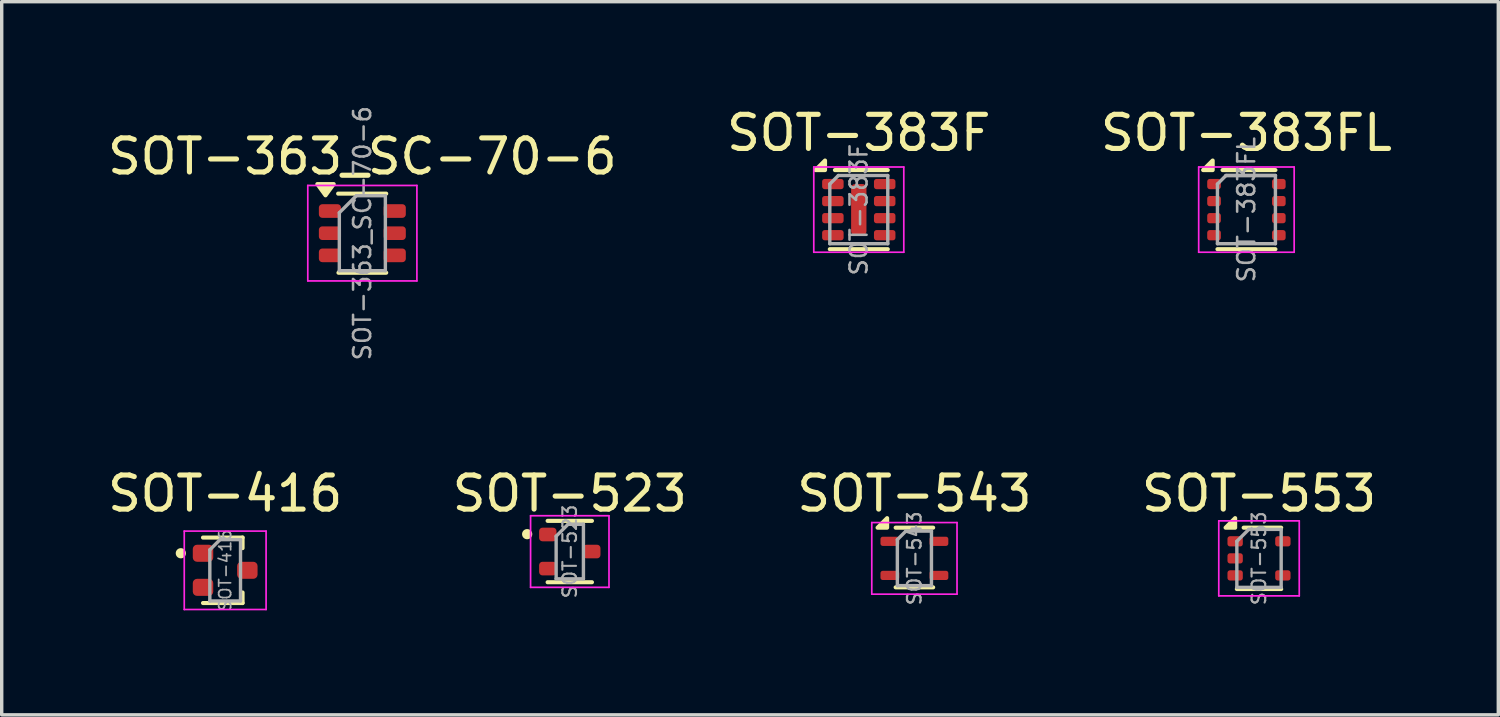
<source format=kicad_pcb>
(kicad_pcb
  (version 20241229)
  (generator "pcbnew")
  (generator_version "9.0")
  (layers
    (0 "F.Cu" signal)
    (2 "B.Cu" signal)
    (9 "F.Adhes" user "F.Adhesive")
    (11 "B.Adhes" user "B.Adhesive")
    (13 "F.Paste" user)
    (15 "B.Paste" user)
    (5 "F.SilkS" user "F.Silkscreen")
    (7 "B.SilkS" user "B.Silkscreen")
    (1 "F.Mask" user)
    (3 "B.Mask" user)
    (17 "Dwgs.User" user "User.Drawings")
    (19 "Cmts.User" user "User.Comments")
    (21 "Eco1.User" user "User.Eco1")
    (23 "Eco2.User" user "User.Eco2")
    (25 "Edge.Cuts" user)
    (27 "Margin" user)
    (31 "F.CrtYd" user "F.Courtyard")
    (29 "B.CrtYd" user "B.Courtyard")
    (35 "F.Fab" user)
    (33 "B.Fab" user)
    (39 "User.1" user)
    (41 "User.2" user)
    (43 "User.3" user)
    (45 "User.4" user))
  (footprint "SOT-416"
    (layer "F.Cu")
    (at 3.554 13.676)
    (property "Reference" "SOT-416" (at 0 -2.25 0) (layer "F.SilkS") (effects (font (size 1 1) (thickness 0.15))))
    (attr smd)
    (fp_line (start 0.51 -0.96) (end -0.65 -0.96) (stroke (width 0.12) (type solid)) (layer "F.SilkS"))
    (fp_line (start 0.51 -0.96) (end 0.51 -0.65) (stroke (width 0.12) (type solid)) (layer "F.SilkS"))
    (fp_line (start 0.51 0.96) (end -0.65 0.96) (stroke (width 0.12) (type solid)) (layer "F.SilkS"))
    (fp_line (start 0.51 0.96) (end 0.51 0.65) (stroke (width 0.12) (type solid)) (layer "F.SilkS"))
    (fp_circle (center -1.3 -0.5) (end -1.15 -0.5) (stroke (width 0) (type solid)) (fill yes) (layer "F.SilkS"))
    (fp_line (start -1.2 -1.15) (end 1.2 -1.15) (stroke (width 0.05) (type solid)) (layer "F.CrtYd"))
    (fp_line (start -1.2 1.15) (end -1.2 -1.15) (stroke (width 0.05) (type solid)) (layer "F.CrtYd"))
    (fp_line (start 1.2 -1.15) (end 1.2 1.15) (stroke (width 0.05) (type solid)) (layer "F.CrtYd"))
    (fp_line (start 1.2 1.15) (end -1.2 1.15) (stroke (width 0.05) (type solid)) (layer "F.CrtYd"))
    (fp_line (start -0.45 -0.6) (end -0.45 0.9) (stroke (width 0.1) (type solid)) (layer "F.Fab"))
    (fp_line (start -0.45 0.9) (end 0.45 0.9) (stroke (width 0.1) (type solid)) (layer "F.Fab"))
    (fp_line (start -0.15 -0.9) (end -0.45 -0.6) (stroke (width 0.1) (type solid)) (layer "F.Fab"))
    (fp_line (start -0.15 -0.9) (end 0.45 -0.9) (stroke (width 0.1) (type solid)) (layer "F.Fab"))
    (fp_line (start 0.45 -0.9) (end 0.45 0.9) (stroke (width 0.1) (type solid)) (layer "F.Fab"))
    (fp_text user "${REFERENCE}" (at 0 0 90) (layer "F.Fab") (effects (font (size 0.35 0.35) (thickness 0.05))))
    (pad "1" smd roundrect (at -0.65 -0.5) (size 0.6 0.5) (layers "F.Cu" "F.Mask" "F.Paste") (roundrect_rratio 0.25))
    (pad "2" smd roundrect (at -0.65 0.5) (size 0.6 0.5) (layers "F.Cu" "F.Mask" "F.Paste") (roundrect_rratio 0.25))
    (pad "3" smd roundrect (at 0.65 0) (size 0.6 0.5) (layers "F.Cu" "F.Mask" "F.Paste") (roundrect_rratio 0.25)))
  (footprint "SOT-543"
    (layer "F.Cu")
    (at 23.768 13.326)
    (property "Reference" "SOT-543" (at 0 -1.9 0) (layer "F.SilkS") (effects (font (size 1 1) (thickness 0.15))))
    (attr smd)
    (fp_line (start 0.55 -0.9) (end -0.55 -0.9) (stroke (width 0.12) (type solid)) (layer "F.SilkS"))
    (fp_line (start 0.55 0.85) (end -0.55 0.85) (stroke (width 0.12) (type solid)) (layer "F.SilkS"))
    (fp_poly (pts (xy -0.8 -0.9) (xy -1.08 -0.9) (xy -0.8 -1.18) (xy -0.8 -0.9)) (stroke (width 0.12) (type solid)) (fill yes) (layer "F.SilkS"))
    (fp_line (start -1.25 1.05) (end -1.25 -1.05) (stroke (width 0.05) (type solid)) (layer "F.CrtYd"))
    (fp_line (start -1.25 1.05) (end 1.25 1.05) (stroke (width 0.05) (type solid)) (layer "F.CrtYd"))
    (fp_line (start 1.25 -1.05) (end -1.25 -1.05) (stroke (width 0.05) (type solid)) (layer "F.CrtYd"))
    (fp_line (start 1.25 -1.05) (end 1.25 1.05) (stroke (width 0.05) (type solid)) (layer "F.CrtYd"))
    (fp_line (start -0.5 -0.55) (end -0.5 0.8) (stroke (width 0.1) (type solid)) (layer "F.Fab"))
    (fp_line (start -0.5 0.8) (end 0.5 0.8) (stroke (width 0.1) (type solid)) (layer "F.Fab"))
    (fp_line (start -0.25 -0.8) (end -0.5 -0.55) (stroke (width 0.1) (type solid)) (layer "F.Fab"))
    (fp_line (start 0.5 -0.8) (end -0.25 -0.8) (stroke (width 0.1) (type solid)) (layer "F.Fab"))
    (fp_line (start 0.5 0.8) (end 0.5 -0.8) (stroke (width 0.1) (type solid)) (layer "F.Fab"))
    (fp_text user "${REFERENCE}" (at 0 0 90) (layer "F.Fab") (effects (font (size 0.4 0.4) (thickness 0.065))))
    (pad "1" smd roundrect (at -0.72 -0.5 270) (size 0.27 0.55) (layers "F.Cu" "F.Mask" "F.Paste") (roundrect_rratio 0.25))
    (pad "2" smd roundrect (at -0.72 0.5 270) (size 0.27 0.55) (layers "F.Cu" "F.Mask" "F.Paste") (roundrect_rratio 0.25))
    (pad "3" smd roundrect (at 0.72 0.5 270) (size 0.27 0.55) (layers "F.Cu" "F.Mask" "F.Paste") (roundrect_rratio 0.25))
    (pad "4" smd roundrect (at 0.72 -0.5 270) (size 0.27 0.55) (layers "F.Cu" "F.Mask" "F.Paste") (roundrect_rratio 0.25)))
  (footprint "SOT-363_SC-70-6"
    (layer "F.Cu")
    (at 7.577 3.789)
    (property "Reference" "SOT-363_SC-70-6" (at 0 -2.25 0) (layer "F.SilkS") (effects (font (size 1 1) (thickness 0.15))))
    (attr smd)
    (fp_line (start -0.71 -1.16) (end 0.7 -1.16) (stroke (width 0.12) (type solid)) (layer "F.SilkS"))
    (fp_line (start -0.7 1.16) (end 0.7 1.16) (stroke (width 0.12) (type solid)) (layer "F.SilkS"))
    (fp_poly (pts (xy -1.08 -1.11) (xy -1.32 -1.44) (xy -0.84 -1.44) (xy -1.08 -1.11)) (stroke (width 0.12) (type solid)) (fill yes) (layer "F.SilkS"))
    (fp_line (start -1.6 -1.4) (end -1.6 1.4) (stroke (width 0.05) (type solid)) (layer "F.CrtYd"))
    (fp_line (start -1.6 -1.4) (end 1.6 -1.4) (stroke (width 0.05) (type solid)) (layer "F.CrtYd"))
    (fp_line (start -1.6 1.4) (end 1.6 1.4) (stroke (width 0.05) (type solid)) (layer "F.CrtYd"))
    (fp_line (start 1.6 1.4) (end 1.6 -1.4) (stroke (width 0.05) (type solid)) (layer "F.CrtYd"))
    (fp_line (start -0.675 -0.6) (end -0.675 1.1) (stroke (width 0.1) (type solid)) (layer "F.Fab"))
    (fp_line (start -0.175 -1.1) (end -0.675 -0.6) (stroke (width 0.1) (type solid)) (layer "F.Fab"))
    (fp_line (start 0.675 -1.1) (end -0.175 -1.1) (stroke (width 0.1) (type solid)) (layer "F.Fab"))
    (fp_line (start 0.675 -1.1) (end 0.675 1.1) (stroke (width 0.1) (type solid)) (layer "F.Fab"))
    (fp_line (start 0.675 1.1) (end -0.675 1.1) (stroke (width 0.1) (type solid)) (layer "F.Fab"))
    (fp_text user "${REFERENCE}" (at 0 0 90) (layer "F.Fab") (effects (font (size 0.5 0.5) (thickness 0.075))))
    (pad "1" smd roundrect (at -0.95 -0.65) (size 0.65 0.4) (layers "F.Cu" "F.Mask" "F.Paste") (roundrect_rratio 0.25))
    (pad "2" smd roundrect (at -0.95 0) (size 0.65 0.4) (layers "F.Cu" "F.Mask" "F.Paste") (roundrect_rratio 0.25))
    (pad "3" smd roundrect (at -0.95 0.65) (size 0.65 0.4) (layers "F.Cu" "F.Mask" "F.Paste") (roundrect_rratio 0.25))
    (pad "4" smd roundrect (at 0.95 0.65) (size 0.65 0.4) (layers "F.Cu" "F.Mask" "F.Paste") (roundrect_rratio 0.25))
    (pad "5" smd roundrect (at 0.95 0) (size 0.65 0.4) (layers "F.Cu" "F.Mask" "F.Paste") (roundrect_rratio 0.25))
    (pad "6" smd roundrect (at 0.95 -0.65) (size 0.65 0.4) (layers "F.Cu" "F.Mask" "F.Paste") (roundrect_rratio 0.25)))
  (footprint "SOT-383F"
    (layer "F.Cu")
    (at 22.137 3.098)
    (property "Reference" "SOT-383F" (at 0 -2.25 0) (layer "F.SilkS") (effects (font (size 1 1) (thickness 0.15))))
    (attr smd)
    (fp_line (start -0.85 1.16) (end 0.85 1.16) (stroke (width 0.12) (type solid)) (layer "F.SilkS"))
    (fp_line (start 0.85 -1.16) (end -0.7 -1.16) (stroke (width 0.12) (type solid)) (layer "F.SilkS"))
    (fp_poly (pts (xy -0.99 -1.16) (xy -1.27 -1.16) (xy -0.99 -1.44) (xy -0.99 -1.16)) (stroke (width 0.12) (type solid)) (fill yes) (layer "F.SilkS"))
    (fp_line (start -1.32 -1.25) (end -1.32 1.25) (stroke (width 0.05) (type solid)) (layer "F.CrtYd"))
    (fp_line (start -1.32 -1.25) (end 1.32 -1.25) (stroke (width 0.05) (type solid)) (layer "F.CrtYd"))
    (fp_line (start 1.32 1.25) (end -1.32 1.25) (stroke (width 0.05) (type solid)) (layer "F.CrtYd"))
    (fp_line (start 1.32 1.25) (end 1.32 -1.25) (stroke (width 0.05) (type solid)) (layer "F.CrtYd"))
    (fp_line (start -0.85 -0.75) (end -0.85 1) (stroke (width 0.1) (type solid)) (layer "F.Fab"))
    (fp_line (start -0.85 -0.75) (end -0.6 -1) (stroke (width 0.1) (type solid)) (layer "F.Fab"))
    (fp_line (start -0.85 1) (end 0.85 1) (stroke (width 0.1) (type solid)) (layer "F.Fab"))
    (fp_line (start -0.6 -1) (end 0.85 -1) (stroke (width 0.1) (type solid)) (layer "F.Fab"))
    (fp_line (start 0.85 1) (end 0.85 -1) (stroke (width 0.1) (type solid)) (layer "F.Fab"))
    (fp_text user "${REFERENCE}" (at 0 0 90) (layer "F.Fab") (effects (font (size 0.5 0.5) (thickness 0.075))))
    (pad "1" smd roundrect (at -0.76 -0.75) (size 0.63 0.3) (layers "F.Cu" "F.Mask" "F.Paste") (roundrect_rratio 0.25))
    (pad "2" smd roundrect (at -0.76 -0.25) (size 0.63 0.3) (layers "F.Cu" "F.Mask" "F.Paste") (roundrect_rratio 0.25))
    (pad "3" smd roundrect (at -0.76 0.25) (size 0.63 0.3) (layers "F.Cu" "F.Mask" "F.Paste") (roundrect_rratio 0.25))
    (pad "4" smd roundrect (at -0.76 0.75) (size 0.63 0.3) (layers "F.Cu" "F.Mask" "F.Paste") (roundrect_rratio 0.25))
    (pad "5" smd roundrect (at 0.76 0.75) (size 0.63 0.3) (layers "F.Cu" "F.Mask" "F.Paste") (roundrect_rratio 0.25))
    (pad "6" smd roundrect (at 0.76 0.25) (size 0.63 0.3) (layers "F.Cu" "F.Mask" "F.Paste") (roundrect_rratio 0.25))
    (pad "7" smd roundrect (at 0.76 -0.25) (size 0.63 0.3) (layers "F.Cu" "F.Mask" "F.Paste") (roundrect_rratio 0.25))
    (pad "8" smd roundrect (at 0.76 -0.75) (size 0.63 0.3) (layers "F.Cu" "F.Mask" "F.Paste") (roundrect_rratio 0.25))
    (pad "9" smd roundrect (at 0 0) (size 0.45 1.5) (layers "F.Cu" "F.Mask" "F.Paste") (roundrect_rratio 0.25)))
  (footprint "SOT-553"
    (layer "F.Cu")
    (at 33.875 13.326)
    (property "Reference" "SOT-553" (at 0 -1.9 0) (layer "F.SilkS") (effects (font (size 1 1) (thickness 0.15))))
    (attr smd)
    (fp_line (start 0.65 -0.9) (end -0.45 -0.9) (stroke (width 0.12) (type solid)) (layer "F.SilkS"))
    (fp_line (start 0.65 0.9) (end -0.65 0.9) (stroke (width 0.12) (type solid)) (layer "F.SilkS"))
    (fp_poly (pts (xy -0.7 -0.9) (xy -0.98 -0.9) (xy -0.7 -1.18) (xy -0.7 -0.9)) (stroke (width 0.12) (type solid)) (fill yes) (layer "F.SilkS"))
    (fp_line (start -1.18 -1.1) (end -1.18 1.1) (stroke (width 0.05) (type solid)) (layer "F.CrtYd"))
    (fp_line (start -1.18 -1.1) (end 1.18 -1.1) (stroke (width 0.05) (type solid)) (layer "F.CrtYd"))
    (fp_line (start 1.18 1.1) (end -1.18 1.1) (stroke (width 0.05) (type solid)) (layer "F.CrtYd"))
    (fp_line (start 1.18 1.1) (end 1.18 -1.1) (stroke (width 0.05) (type solid)) (layer "F.CrtYd"))
    (fp_line (start -0.65 -0.5) (end -0.65 0.85) (stroke (width 0.1) (type solid)) (layer "F.Fab"))
    (fp_line (start -0.65 -0.5) (end -0.3 -0.85) (stroke (width 0.1) (type solid)) (layer "F.Fab"))
    (fp_line (start -0.65 0.85) (end 0.65 0.85) (stroke (width 0.1) (type solid)) (layer "F.Fab"))
    (fp_line (start 0.65 -0.85) (end -0.3 -0.85) (stroke (width 0.1) (type solid)) (layer "F.Fab"))
    (fp_line (start 0.65 0.85) (end 0.65 -0.85) (stroke (width 0.1) (type solid)) (layer "F.Fab"))
    (fp_text user "${REFERENCE}" (at 0 0 90) (layer "F.Fab") (effects (font (size 0.4 0.4) (thickness 0.062))))
    (pad "1" smd roundrect (at -0.7 -0.5) (size 0.45 0.3) (layers "F.Cu" "F.Mask" "F.Paste") (roundrect_rratio 0.25))
    (pad "2" smd roundrect (at -0.7 0) (size 0.45 0.3) (layers "F.Cu" "F.Mask" "F.Paste") (roundrect_rratio 0.25))
    (pad "3" smd roundrect (at -0.7 0.5) (size 0.45 0.3) (layers "F.Cu" "F.Mask" "F.Paste") (roundrect_rratio 0.25))
    (pad "4" smd roundrect (at 0.7 0.5) (size 0.45 0.3) (layers "F.Cu" "F.Mask" "F.Paste") (roundrect_rratio 0.25))
    (pad "5" smd roundrect (at 0.7 -0.5) (size 0.45 0.3) (layers "F.Cu" "F.Mask" "F.Paste") (roundrect_rratio 0.25)))
  (footprint "SOT-383FL"
    (layer "F.Cu")
    (at 33.506 3.098)
    (property "Reference" "SOT-383FL" (at 0 -2.25 0) (layer "F.SilkS") (effects (font (size 1 1) (thickness 0.15))))
    (attr smd)
    (fp_line (start -0.85 1.16) (end 0.85 1.16) (stroke (width 0.12) (type solid)) (layer "F.SilkS"))
    (fp_line (start 0.85 -1.16) (end -0.7 -1.16) (stroke (width 0.12) (type solid)) (layer "F.SilkS"))
    (fp_poly (pts (xy -0.99 -1.16) (xy -1.27 -1.16) (xy -0.99 -1.44) (xy -0.99 -1.16)) (stroke (width 0.12) (type solid)) (fill yes) (layer "F.SilkS"))
    (fp_line (start -1.4 -1.25) (end -1.4 1.25) (stroke (width 0.05) (type solid)) (layer "F.CrtYd"))
    (fp_line (start -1.4 -1.25) (end 1.4 -1.25) (stroke (width 0.05) (type solid)) (layer "F.CrtYd"))
    (fp_line (start 1.4 1.25) (end -1.4 1.25) (stroke (width 0.05) (type solid)) (layer "F.CrtYd"))
    (fp_line (start 1.4 1.25) (end 1.4 -1.25) (stroke (width 0.05) (type solid)) (layer "F.CrtYd"))
    (fp_line (start -0.85 -0.75) (end -0.85 1) (stroke (width 0.1) (type solid)) (layer "F.Fab"))
    (fp_line (start -0.85 -0.75) (end -0.6 -1) (stroke (width 0.1) (type solid)) (layer "F.Fab"))
    (fp_line (start -0.85 1) (end 0.85 1) (stroke (width 0.1) (type solid)) (layer "F.Fab"))
    (fp_line (start -0.6 -1) (end 0.85 -1) (stroke (width 0.1) (type solid)) (layer "F.Fab"))
    (fp_line (start -0.6 -1) (end 0.85 -1) (stroke (width 0.1) (type solid)) (layer "F.Fab"))
    (fp_line (start 0.85 1) (end 0.85 -1) (stroke (width 0.1) (type solid)) (layer "F.Fab"))
    (fp_text user "${REFERENCE}" (at 0 0 90) (layer "F.Fab") (effects (font (size 0.5 0.5) (thickness 0.075))))
    (pad "1" smd roundrect (at -0.95 -0.75) (size 0.4 0.3) (layers "F.Cu" "F.Mask" "F.Paste") (roundrect_rratio 0.25))
    (pad "2" smd roundrect (at -0.95 -0.25) (size 0.4 0.3) (layers "F.Cu" "F.Mask" "F.Paste") (roundrect_rratio 0.25))
    (pad "3" smd roundrect (at -0.95 0.25) (size 0.4 0.3) (layers "F.Cu" "F.Mask" "F.Paste") (roundrect_rratio 0.25))
    (pad "4" smd roundrect (at -0.95 0.75) (size 0.4 0.3) (layers "F.Cu" "F.Mask" "F.Paste") (roundrect_rratio 0.25))
    (pad "5" smd roundrect (at 0.95 0.75) (size 0.4 0.3) (layers "F.Cu" "F.Mask" "F.Paste") (roundrect_rratio 0.25))
    (pad "6" smd roundrect (at 0.95 0.25) (size 0.4 0.3) (layers "F.Cu" "F.Mask" "F.Paste") (roundrect_rratio 0.25))
    (pad "7" smd roundrect (at 0.95 -0.25) (size 0.4 0.3) (layers "F.Cu" "F.Mask" "F.Paste") (roundrect_rratio 0.25))
    (pad "8" smd roundrect (at 0.95 -0.75) (size 0.4 0.3) (layers "F.Cu" "F.Mask" "F.Paste") (roundrect_rratio 0.25)))
  (footprint "SOT-523"
    (layer "F.Cu")
    (at 13.661 13.126)
    (property "Reference" "SOT-523" (at 0 -1.7 0) (layer "F.SilkS") (effects (font (size 1 1) (thickness 0.15))))
    (attr smd)
    (fp_line (start 0.65 -0.9) (end -0.65 -0.9) (stroke (width 0.12) (type solid)) (layer "F.SilkS"))
    (fp_line (start 0.65 0.9) (end -0.65 0.9) (stroke (width 0.12) (type solid)) (layer "F.SilkS"))
    (fp_circle (center -1.25 -0.51) (end -1.1 -0.51) (stroke (width 0) (type solid)) (fill yes) (layer "F.SilkS"))
    (fp_line (start -1.15 -1.05) (end -1.15 1.05) (stroke (width 0.05) (type solid)) (layer "F.CrtYd"))
    (fp_line (start -1.15 -1.05) (end 1.15 -1.05) (stroke (width 0.05) (type solid)) (layer "F.CrtYd"))
    (fp_line (start 1.15 1.05) (end -1.15 1.05) (stroke (width 0.05) (type solid)) (layer "F.CrtYd"))
    (fp_line (start 1.15 1.05) (end 1.15 -1.05) (stroke (width 0.05) (type solid)) (layer "F.CrtYd"))
    (fp_line (start -0.4 -0.45) (end -0.4 0.8) (stroke (width 0.1) (type solid)) (layer "F.Fab"))
    (fp_line (start -0.4 -0.45) (end -0.05 -0.8) (stroke (width 0.1) (type solid)) (layer "F.Fab"))
    (fp_line (start -0.4 0.8) (end 0.4 0.8) (stroke (width 0.1) (type solid)) (layer "F.Fab"))
    (fp_line (start 0.4 -0.8) (end -0.05 -0.8) (stroke (width 0.1) (type solid)) (layer "F.Fab"))
    (fp_line (start 0.4 0.8) (end 0.4 -0.8) (stroke (width 0.1) (type solid)) (layer "F.Fab"))
    (fp_text user "${REFERENCE}" (at 0 0 270) (layer "F.Fab") (effects (font (size 0.4 0.4) (thickness 0.062))))
    (pad "1" smd roundrect (at -0.645 -0.5 180) (size 0.51 0.4) (layers "F.Cu" "F.Mask" "F.Paste") (roundrect_rratio 0.25))
    (pad "2" smd roundrect (at -0.645 0.5 180) (size 0.51 0.4) (layers "F.Cu" "F.Mask" "F.Paste") (roundrect_rratio 0.25))
    (pad "3" smd roundrect (at 0.645 0 180) (size 0.51 0.4) (layers "F.Cu" "F.Mask" "F.Paste") (roundrect_rratio 0.25)))
  (gr_rect
    (start -3 -3)
    (end 40.893 17.916)
    (stroke (width 0.1) (type default))
    (fill no)
    (layer "Edge.Cuts")))
</source>
